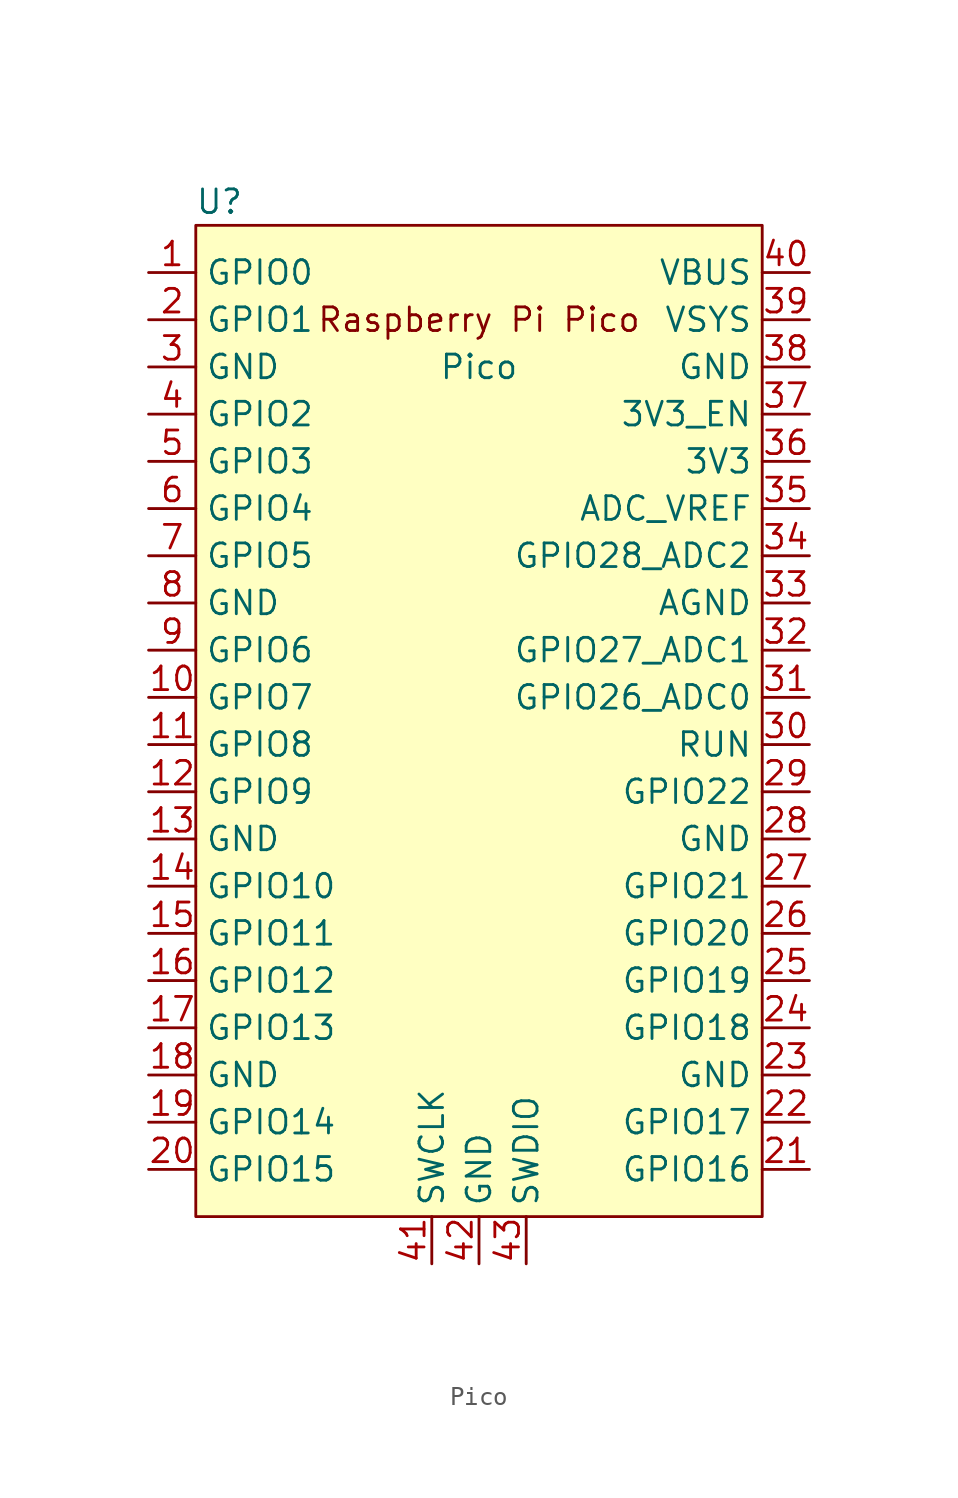
<source format=kicad_sym>
(kicad_symbol_lib
  (version 20220914)
  (generator kicad_symbol_editor)
  (symbol "Pico"
    (property "Reference" "U"
      (at -13.97 27.94 0)
      (effects (font (size 1.27 1.27))))
    (property "Value" "Pico"
      (at 0 19.05 0)
      (effects (font (size 1.27 1.27))))
    (symbol "Pico_0_0"
      (text "Raspberry Pi Pico" (at 0 21.59 0) (effects (font (size 1.27 1.27)))))
    (symbol "Pico_0_1"
      (rectangle (start -15.24 26.67) (end 15.24 -26.67) (stroke (width 0) (type default)) (fill (type background))))
    (symbol "Pico_1_1"
      (pin bidirectional line (at -17.78 24.13 0) (length 2.54) (name "GPIO0" (effects (font (size 1.27 1.27)))) (number "1" (effects (font (size 1.27 1.27)))))
      (pin bidirectional line (at -17.78 1.27 0) (length 2.54) (name "GPIO7" (effects (font (size 1.27 1.27)))) (number "10" (effects (font (size 1.27 1.27)))))
      (pin bidirectional line (at -17.78 -1.27 0) (length 2.54) (name "GPIO8" (effects (font (size 1.27 1.27)))) (number "11" (effects (font (size 1.27 1.27)))))
      (pin bidirectional line (at -17.78 -3.81 0) (length 2.54) (name "GPIO9" (effects (font (size 1.27 1.27)))) (number "12" (effects (font (size 1.27 1.27)))))
      (pin power_in line (at -17.78 -6.35 0) (length 2.54) (name "GND" (effects (font (size 1.27 1.27)))) (number "13" (effects (font (size 1.27 1.27)))))
      (pin bidirectional line (at -17.78 -8.89 0) (length 2.54) (name "GPIO10" (effects (font (size 1.27 1.27)))) (number "14" (effects (font (size 1.27 1.27)))))
      (pin bidirectional line (at -17.78 -11.43 0) (length 2.54) (name "GPIO11" (effects (font (size 1.27 1.27)))) (number "15" (effects (font (size 1.27 1.27)))))
      (pin bidirectional line (at -17.78 -13.97 0) (length 2.54) (name "GPIO12" (effects (font (size 1.27 1.27)))) (number "16" (effects (font (size 1.27 1.27)))))
      (pin bidirectional line (at -17.78 -16.51 0) (length 2.54) (name "GPIO13" (effects (font (size 1.27 1.27)))) (number "17" (effects (font (size 1.27 1.27)))))
      (pin power_in line (at -17.78 -19.05 0) (length 2.54) (name "GND" (effects (font (size 1.27 1.27)))) (number "18" (effects (font (size 1.27 1.27)))))
      (pin bidirectional line (at -17.78 -21.59 0) (length 2.54) (name "GPIO14" (effects (font (size 1.27 1.27)))) (number "19" (effects (font (size 1.27 1.27)))))
      (pin bidirectional line (at -17.78 21.59 0) (length 2.54) (name "GPIO1" (effects (font (size 1.27 1.27)))) (number "2" (effects (font (size 1.27 1.27)))))
      (pin bidirectional line (at -17.78 -24.13 0) (length 2.54) (name "GPIO15" (effects (font (size 1.27 1.27)))) (number "20" (effects (font (size 1.27 1.27)))))
      (pin bidirectional line (at 17.78 -24.13 180) (length 2.54) (name "GPIO16" (effects (font (size 1.27 1.27)))) (number "21" (effects (font (size 1.27 1.27)))))
      (pin bidirectional line (at 17.78 -21.59 180) (length 2.54) (name "GPIO17" (effects (font (size 1.27 1.27)))) (number "22" (effects (font (size 1.27 1.27)))))
      (pin power_in line (at 17.78 -19.05 180) (length 2.54) (name "GND" (effects (font (size 1.27 1.27)))) (number "23" (effects (font (size 1.27 1.27)))))
      (pin bidirectional line (at 17.78 -16.51 180) (length 2.54) (name "GPIO18" (effects (font (size 1.27 1.27)))) (number "24" (effects (font (size 1.27 1.27)))))
      (pin bidirectional line (at 17.78 -13.97 180) (length 2.54) (name "GPIO19" (effects (font (size 1.27 1.27)))) (number "25" (effects (font (size 1.27 1.27)))))
      (pin bidirectional line (at 17.78 -11.43 180) (length 2.54) (name "GPIO20" (effects (font (size 1.27 1.27)))) (number "26" (effects (font (size 1.27 1.27)))))
      (pin bidirectional line (at 17.78 -8.89 180) (length 2.54) (name "GPIO21" (effects (font (size 1.27 1.27)))) (number "27" (effects (font (size 1.27 1.27)))))
      (pin power_in line (at 17.78 -6.35 180) (length 2.54) (name "GND" (effects (font (size 1.27 1.27)))) (number "28" (effects (font (size 1.27 1.27)))))
      (pin bidirectional line (at 17.78 -3.81 180) (length 2.54) (name "GPIO22" (effects (font (size 1.27 1.27)))) (number "29" (effects (font (size 1.27 1.27)))))
      (pin power_out line (at -17.78 19.05 0) (length 2.54) (name "GND" (effects (font (size 1.27 1.27)))) (number "3" (effects (font (size 1.27 1.27)))))
      (pin input line (at 17.78 -1.27 180) (length 2.54) (name "RUN" (effects (font (size 1.27 1.27)))) (number "30" (effects (font (size 1.27 1.27)))))
      (pin bidirectional line (at 17.78 1.27 180) (length 2.54) (name "GPIO26_ADC0" (effects (font (size 1.27 1.27)))) (number "31" (effects (font (size 1.27 1.27)))))
      (pin bidirectional line (at 17.78 3.81 180) (length 2.54) (name "GPIO27_ADC1" (effects (font (size 1.27 1.27)))) (number "32" (effects (font (size 1.27 1.27)))))
      (pin power_in line (at 17.78 6.35 180) (length 2.54) (name "AGND" (effects (font (size 1.27 1.27)))) (number "33" (effects (font (size 1.27 1.27)))))
      (pin bidirectional line (at 17.78 8.89 180) (length 2.54) (name "GPIO28_ADC2" (effects (font (size 1.27 1.27)))) (number "34" (effects (font (size 1.27 1.27)))))
      (pin power_in line (at 17.78 11.43 180) (length 2.54) (name "ADC_VREF" (effects (font (size 1.27 1.27)))) (number "35" (effects (font (size 1.27 1.27)))))
      (pin power_out line (at 17.78 13.97 180) (length 2.54) (name "3V3" (effects (font (size 1.27 1.27)))) (number "36" (effects (font (size 1.27 1.27)))))
      (pin input line (at 17.78 16.51 180) (length 2.54) (name "3V3_EN" (effects (font (size 1.27 1.27)))) (number "37" (effects (font (size 1.27 1.27)))))
      (pin power_in line (at 17.78 19.05 180) (length 2.54) (name "GND" (effects (font (size 1.27 1.27)))) (number "38" (effects (font (size 1.27 1.27)))))
      (pin power_in line (at 17.78 21.59 180) (length 2.54) (name "VSYS" (effects (font (size 1.27 1.27)))) (number "39" (effects (font (size 1.27 1.27)))))
      (pin bidirectional line (at -17.78 16.51 0) (length 2.54) (name "GPIO2" (effects (font (size 1.27 1.27)))) (number "4" (effects (font (size 1.27 1.27)))))
      (pin power_in line (at 17.78 24.13 180) (length 2.54) (name "VBUS" (effects (font (size 1.27 1.27)))) (number "40" (effects (font (size 1.27 1.27)))))
      (pin input line (at -2.54 -29.21 90) (length 2.54) (name "SWCLK" (effects (font (size 1.27 1.27)))) (number "41" (effects (font (size 1.27 1.27)))))
      (pin power_in line (at 0 -29.21 90) (length 2.54) (name "GND" (effects (font (size 1.27 1.27)))) (number "42" (effects (font (size 1.27 1.27)))))
      (pin bidirectional line (at 2.54 -29.21 90) (length 2.54) (name "SWDIO" (effects (font (size 1.27 1.27)))) (number "43" (effects (font (size 1.27 1.27)))))
      (pin bidirectional line (at -17.78 13.97 0) (length 2.54) (name "GPIO3" (effects (font (size 1.27 1.27)))) (number "5" (effects (font (size 1.27 1.27)))))
      (pin bidirectional line (at -17.78 11.43 0) (length 2.54) (name "GPIO4" (effects (font (size 1.27 1.27)))) (number "6" (effects (font (size 1.27 1.27)))))
      (pin bidirectional line (at -17.78 8.89 0) (length 2.54) (name "GPIO5" (effects (font (size 1.27 1.27)))) (number "7" (effects (font (size 1.27 1.27)))))
      (pin power_in line (at -17.78 6.35 0) (length 2.54) (name "GND" (effects (font (size 1.27 1.27)))) (number "8" (effects (font (size 1.27 1.27)))))
      (pin bidirectional line (at -17.78 3.81 0) (length 2.54) (name "GPIO6" (effects (font (size 1.27 1.27)))) (number "9" (effects (font (size 1.27 1.27))))))))
</source>
